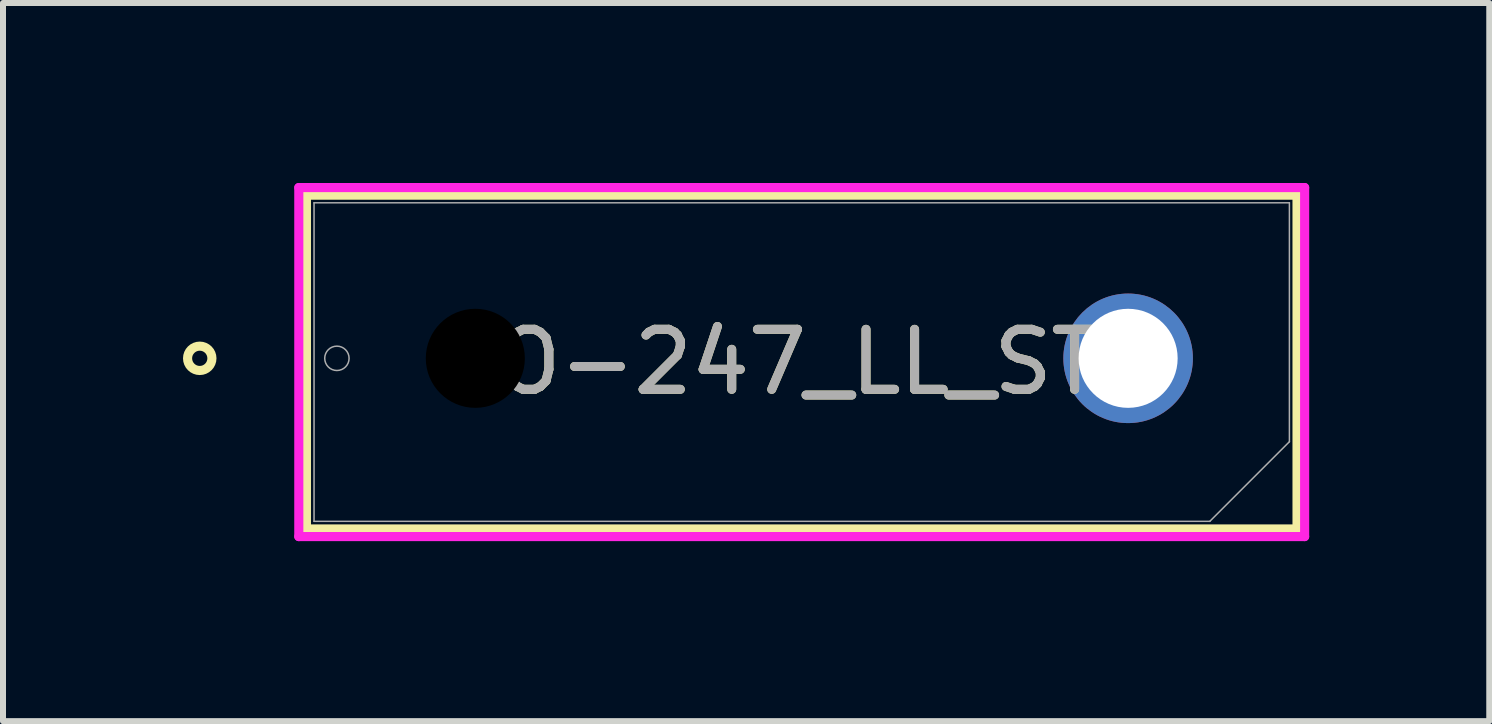
<source format=kicad_pcb>
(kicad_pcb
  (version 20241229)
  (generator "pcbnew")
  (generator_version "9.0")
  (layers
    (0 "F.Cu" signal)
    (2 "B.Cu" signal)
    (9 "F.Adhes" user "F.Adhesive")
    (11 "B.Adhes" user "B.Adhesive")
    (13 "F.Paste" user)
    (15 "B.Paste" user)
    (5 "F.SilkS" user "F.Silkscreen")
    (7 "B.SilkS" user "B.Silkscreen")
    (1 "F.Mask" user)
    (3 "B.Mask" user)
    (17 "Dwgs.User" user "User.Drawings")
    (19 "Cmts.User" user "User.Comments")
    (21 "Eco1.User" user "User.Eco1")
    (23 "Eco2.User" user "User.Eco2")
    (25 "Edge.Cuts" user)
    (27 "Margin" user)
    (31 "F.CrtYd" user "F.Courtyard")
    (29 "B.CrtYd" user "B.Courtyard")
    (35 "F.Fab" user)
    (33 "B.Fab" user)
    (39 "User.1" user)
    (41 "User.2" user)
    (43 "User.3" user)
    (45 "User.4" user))
  (footprint "DO-247_LL_STM"
    (layer "F.Cu")
    (at 4.872 2.922)
    (property "Reference" "DO-247_LL_STM" (at 5.44 0.062 0) (unlocked yes) (layer "F.SilkS") (effects (font (size 1 1) (thickness 0.15))))
    (attr through_hole)
    (fp_line (start -2.815 -2.719) (end 13.695 -2.719) (stroke (width 0.152) (type solid)) (layer "F.SilkS"))
    (fp_line (start -2.815 2.844) (end -2.815 -2.719) (stroke (width 0.152) (type solid)) (layer "F.SilkS"))
    (fp_line (start 13.695 -2.719) (end 13.695 2.844) (stroke (width 0.152) (type solid)) (layer "F.SilkS"))
    (fp_line (start 13.695 2.844) (end -2.815 2.844) (stroke (width 0.152) (type solid)) (layer "F.SilkS"))
    (fp_circle (center -4.593 0) (end -4.39 0) (stroke (width 0.152) (type solid)) (fill no) (layer "F.SilkS"))
    (fp_line (start -2.942 -2.846) (end 13.822 -2.846) (stroke (width 0.152) (type solid)) (layer "F.CrtYd"))
    (fp_line (start -2.942 2.971) (end -2.942 -2.846) (stroke (width 0.152) (type solid)) (layer "F.CrtYd"))
    (fp_line (start 13.822 -2.846) (end 13.822 2.971) (stroke (width 0.152) (type solid)) (layer "F.CrtYd"))
    (fp_line (start 13.822 2.971) (end -2.942 2.971) (stroke (width 0.152) (type solid)) (layer "F.CrtYd"))
    (fp_line (start -2.688 -2.592) (end 13.568 -2.592) (stroke (width 0.025) (type solid)) (layer "F.Fab"))
    (fp_line (start -2.688 2.717) (end -2.688 -2.592) (stroke (width 0.025) (type solid)) (layer "F.Fab"))
    (fp_line (start 12.241 2.717) (end -2.688 2.717) (stroke (width 0.025) (type solid)) (layer "F.Fab"))
    (fp_line (start 13.568 -2.592) (end 13.568 1.39) (stroke (width 0.025) (type solid)) (layer "F.Fab"))
    (fp_line (start 13.568 1.39) (end 12.241 2.717) (stroke (width 0.025) (type solid)) (layer "F.Fab"))
    (fp_circle (center -2.307 0) (end -2.104 0) (stroke (width 0.025) (type solid)) (fill no) (layer "F.Fab"))
    (fp_text user "${REFERENCE}" (at 5.44 0.062 0) (unlocked yes) (layer "F.Fab") (effects (font (size 1 1) (thickness 0.15))))
    (pad "" np_thru_hole rect (at 0 0) (size 2.159 2.159) (drill 1.651) (layers))
    (pad "2" thru_hole circle (at 10.88 0) (size 2.159 2.159) (drill 1.651) (layers "*.Cu" "*.Mask")))
  (gr_rect
    (start -3 -3)
    (end 21.771 8.969)
    (stroke (width 0.1) (type default))
    (fill no)
    (layer "Edge.Cuts")))
</source>
